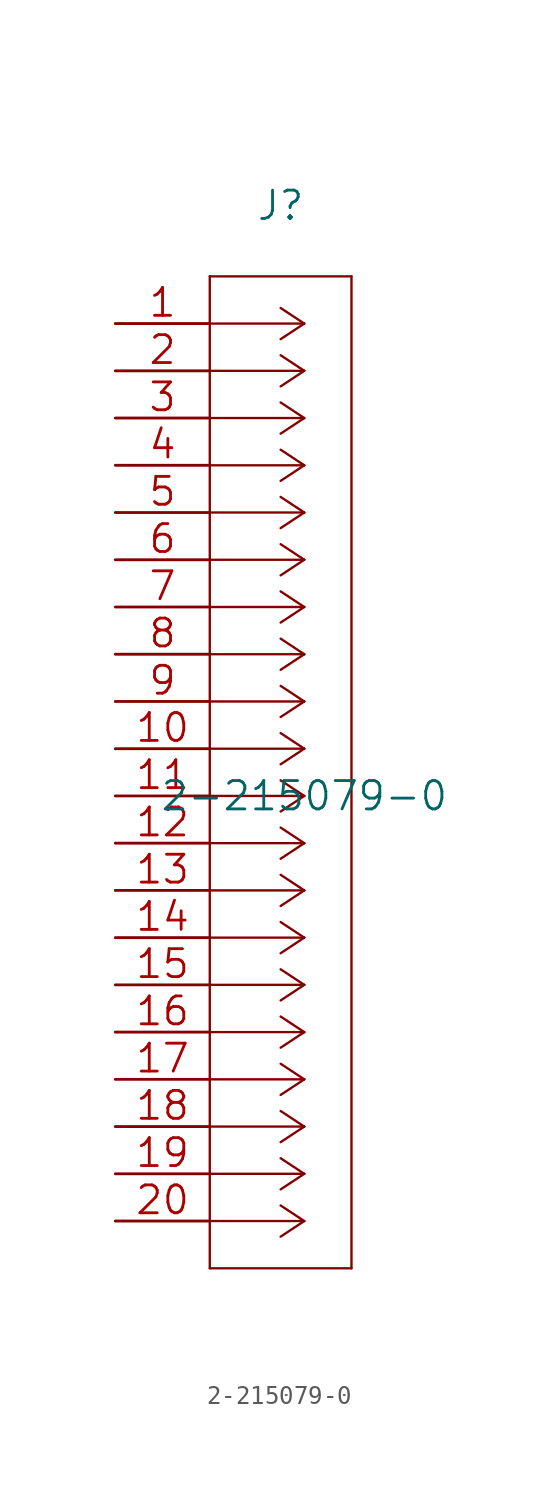
<source format=kicad_sym>
(kicad_symbol_lib
  (version 20211014)
  (generator kicad_symbol_editor)
  (symbol "2-215079-0"
    (pin_names
      (offset 0.254) hide)
    (property "Reference" "J"
      (at 8.89 6.35 0)
      (effects (font (size 1.524 1.524))))
    (property "Value" "2-215079-0"
      (at 10.16 -25.4 0)
      (effects (font (size 1.524 1.524))))
    (property "Datasheet" ""
      (at 0 0 0)
      (effects (font (size 1.524 1.524))))
    (property "ki_locked" ""
      (at 0 0 0)
      (effects (font (size 1.27 1.27))))
    (symbol "2-215079-0_1_1"
      (polyline (pts (xy 5.08 -50.8) (xy 12.7 -50.8)) (stroke (width 0.127) (type default) (color 0 0 0 0)) (fill (type none)))
      (polyline (pts (xy 5.08 2.54) (xy 5.08 -50.8)) (stroke (width 0.127) (type default) (color 0 0 0 0)) (fill (type none)))
      (polyline (pts (xy 10.16 -48.26) (xy 5.08 -48.26)) (stroke (width 0.127) (type default) (color 0 0 0 0)) (fill (type none)))
      (polyline (pts (xy 10.16 -48.26) (xy 8.89 -49.098)) (stroke (width 0.127) (type default) (color 0 0 0 0)) (fill (type none)))
      (polyline (pts (xy 10.16 -48.26) (xy 8.89 -47.422)) (stroke (width 0.127) (type default) (color 0 0 0 0)) (fill (type none)))
      (polyline (pts (xy 10.16 -45.72) (xy 5.08 -45.72)) (stroke (width 0.127) (type default) (color 0 0 0 0)) (fill (type none)))
      (polyline (pts (xy 10.16 -45.72) (xy 8.89 -46.558)) (stroke (width 0.127) (type default) (color 0 0 0 0)) (fill (type none)))
      (polyline (pts (xy 10.16 -45.72) (xy 8.89 -44.882)) (stroke (width 0.127) (type default) (color 0 0 0 0)) (fill (type none)))
      (polyline (pts (xy 10.16 -43.18) (xy 5.08 -43.18)) (stroke (width 0.127) (type default) (color 0 0 0 0)) (fill (type none)))
      (polyline (pts (xy 10.16 -43.18) (xy 8.89 -44.018)) (stroke (width 0.127) (type default) (color 0 0 0 0)) (fill (type none)))
      (polyline (pts (xy 10.16 -43.18) (xy 8.89 -42.342)) (stroke (width 0.127) (type default) (color 0 0 0 0)) (fill (type none)))
      (polyline (pts (xy 10.16 -40.64) (xy 5.08 -40.64)) (stroke (width 0.127) (type default) (color 0 0 0 0)) (fill (type none)))
      (polyline (pts (xy 10.16 -40.64) (xy 8.89 -41.478)) (stroke (width 0.127) (type default) (color 0 0 0 0)) (fill (type none)))
      (polyline (pts (xy 10.16 -40.64) (xy 8.89 -39.802)) (stroke (width 0.127) (type default) (color 0 0 0 0)) (fill (type none)))
      (polyline (pts (xy 10.16 -38.1) (xy 5.08 -38.1)) (stroke (width 0.127) (type default) (color 0 0 0 0)) (fill (type none)))
      (polyline (pts (xy 10.16 -38.1) (xy 8.89 -38.938)) (stroke (width 0.127) (type default) (color 0 0 0 0)) (fill (type none)))
      (polyline (pts (xy 10.16 -38.1) (xy 8.89 -37.262)) (stroke (width 0.127) (type default) (color 0 0 0 0)) (fill (type none)))
      (polyline (pts (xy 10.16 -35.56) (xy 5.08 -35.56)) (stroke (width 0.127) (type default) (color 0 0 0 0)) (fill (type none)))
      (polyline (pts (xy 10.16 -35.56) (xy 8.89 -36.398)) (stroke (width 0.127) (type default) (color 0 0 0 0)) (fill (type none)))
      (polyline (pts (xy 10.16 -35.56) (xy 8.89 -34.722)) (stroke (width 0.127) (type default) (color 0 0 0 0)) (fill (type none)))
      (polyline (pts (xy 10.16 -33.02) (xy 5.08 -33.02)) (stroke (width 0.127) (type default) (color 0 0 0 0)) (fill (type none)))
      (polyline (pts (xy 10.16 -33.02) (xy 8.89 -33.858)) (stroke (width 0.127) (type default) (color 0 0 0 0)) (fill (type none)))
      (polyline (pts (xy 10.16 -33.02) (xy 8.89 -32.182)) (stroke (width 0.127) (type default) (color 0 0 0 0)) (fill (type none)))
      (polyline (pts (xy 10.16 -30.48) (xy 5.08 -30.48)) (stroke (width 0.127) (type default) (color 0 0 0 0)) (fill (type none)))
      (polyline (pts (xy 10.16 -30.48) (xy 8.89 -31.318)) (stroke (width 0.127) (type default) (color 0 0 0 0)) (fill (type none)))
      (polyline (pts (xy 10.16 -30.48) (xy 8.89 -29.642)) (stroke (width 0.127) (type default) (color 0 0 0 0)) (fill (type none)))
      (polyline (pts (xy 10.16 -27.94) (xy 5.08 -27.94)) (stroke (width 0.127) (type default) (color 0 0 0 0)) (fill (type none)))
      (polyline (pts (xy 10.16 -27.94) (xy 8.89 -28.778)) (stroke (width 0.127) (type default) (color 0 0 0 0)) (fill (type none)))
      (polyline (pts (xy 10.16 -27.94) (xy 8.89 -27.102)) (stroke (width 0.127) (type default) (color 0 0 0 0)) (fill (type none)))
      (polyline (pts (xy 10.16 -25.4) (xy 5.08 -25.4)) (stroke (width 0.127) (type default) (color 0 0 0 0)) (fill (type none)))
      (polyline (pts (xy 10.16 -25.4) (xy 8.89 -26.238)) (stroke (width 0.127) (type default) (color 0 0 0 0)) (fill (type none)))
      (polyline (pts (xy 10.16 -25.4) (xy 8.89 -24.562)) (stroke (width 0.127) (type default) (color 0 0 0 0)) (fill (type none)))
      (polyline (pts (xy 10.16 -22.86) (xy 5.08 -22.86)) (stroke (width 0.127) (type default) (color 0 0 0 0)) (fill (type none)))
      (polyline (pts (xy 10.16 -22.86) (xy 8.89 -23.698)) (stroke (width 0.127) (type default) (color 0 0 0 0)) (fill (type none)))
      (polyline (pts (xy 10.16 -22.86) (xy 8.89 -22.022)) (stroke (width 0.127) (type default) (color 0 0 0 0)) (fill (type none)))
      (polyline (pts (xy 10.16 -20.32) (xy 5.08 -20.32)) (stroke (width 0.127) (type default) (color 0 0 0 0)) (fill (type none)))
      (polyline (pts (xy 10.16 -20.32) (xy 8.89 -21.158)) (stroke (width 0.127) (type default) (color 0 0 0 0)) (fill (type none)))
      (polyline (pts (xy 10.16 -20.32) (xy 8.89 -19.482)) (stroke (width 0.127) (type default) (color 0 0 0 0)) (fill (type none)))
      (polyline (pts (xy 10.16 -17.78) (xy 5.08 -17.78)) (stroke (width 0.127) (type default) (color 0 0 0 0)) (fill (type none)))
      (polyline (pts (xy 10.16 -17.78) (xy 8.89 -18.618)) (stroke (width 0.127) (type default) (color 0 0 0 0)) (fill (type none)))
      (polyline (pts (xy 10.16 -17.78) (xy 8.89 -16.942)) (stroke (width 0.127) (type default) (color 0 0 0 0)) (fill (type none)))
      (polyline (pts (xy 10.16 -15.24) (xy 5.08 -15.24)) (stroke (width 0.127) (type default) (color 0 0 0 0)) (fill (type none)))
      (polyline (pts (xy 10.16 -15.24) (xy 8.89 -16.078)) (stroke (width 0.127) (type default) (color 0 0 0 0)) (fill (type none)))
      (polyline (pts (xy 10.16 -15.24) (xy 8.89 -14.402)) (stroke (width 0.127) (type default) (color 0 0 0 0)) (fill (type none)))
      (polyline (pts (xy 10.16 -12.7) (xy 5.08 -12.7)) (stroke (width 0.127) (type default) (color 0 0 0 0)) (fill (type none)))
      (polyline (pts (xy 10.16 -12.7) (xy 8.89 -13.538)) (stroke (width 0.127) (type default) (color 0 0 0 0)) (fill (type none)))
      (polyline (pts (xy 10.16 -12.7) (xy 8.89 -11.862)) (stroke (width 0.127) (type default) (color 0 0 0 0)) (fill (type none)))
      (polyline (pts (xy 10.16 -10.16) (xy 5.08 -10.16)) (stroke (width 0.127) (type default) (color 0 0 0 0)) (fill (type none)))
      (polyline (pts (xy 10.16 -10.16) (xy 8.89 -10.998)) (stroke (width 0.127) (type default) (color 0 0 0 0)) (fill (type none)))
      (polyline (pts (xy 10.16 -10.16) (xy 8.89 -9.322)) (stroke (width 0.127) (type default) (color 0 0 0 0)) (fill (type none)))
      (polyline (pts (xy 10.16 -7.62) (xy 5.08 -7.62)) (stroke (width 0.127) (type default) (color 0 0 0 0)) (fill (type none)))
      (polyline (pts (xy 10.16 -7.62) (xy 8.89 -8.458)) (stroke (width 0.127) (type default) (color 0 0 0 0)) (fill (type none)))
      (polyline (pts (xy 10.16 -7.62) (xy 8.89 -6.782)) (stroke (width 0.127) (type default) (color 0 0 0 0)) (fill (type none)))
      (polyline (pts (xy 10.16 -5.08) (xy 5.08 -5.08)) (stroke (width 0.127) (type default) (color 0 0 0 0)) (fill (type none)))
      (polyline (pts (xy 10.16 -5.08) (xy 8.89 -5.918)) (stroke (width 0.127) (type default) (color 0 0 0 0)) (fill (type none)))
      (polyline (pts (xy 10.16 -5.08) (xy 8.89 -4.242)) (stroke (width 0.127) (type default) (color 0 0 0 0)) (fill (type none)))
      (polyline (pts (xy 10.16 -2.54) (xy 5.08 -2.54)) (stroke (width 0.127) (type default) (color 0 0 0 0)) (fill (type none)))
      (polyline (pts (xy 10.16 -2.54) (xy 8.89 -3.378)) (stroke (width 0.127) (type default) (color 0 0 0 0)) (fill (type none)))
      (polyline (pts (xy 10.16 -2.54) (xy 8.89 -1.702)) (stroke (width 0.127) (type default) (color 0 0 0 0)) (fill (type none)))
      (polyline (pts (xy 10.16 0) (xy 5.08 0)) (stroke (width 0.127) (type default) (color 0 0 0 0)) (fill (type none)))
      (polyline (pts (xy 10.16 0) (xy 8.89 -0.838)) (stroke (width 0.127) (type default) (color 0 0 0 0)) (fill (type none)))
      (polyline (pts (xy 10.16 0) (xy 8.89 0.838)) (stroke (width 0.127) (type default) (color 0 0 0 0)) (fill (type none)))
      (polyline (pts (xy 12.7 -50.8) (xy 12.7 2.54)) (stroke (width 0.127) (type default) (color 0 0 0 0)) (fill (type none)))
      (polyline (pts (xy 12.7 2.54) (xy 5.08 2.54)) (stroke (width 0.127) (type default) (color 0 0 0 0)) (fill (type none)))
      (pin unspecified line (at 0 0 0) (length 5.08) (name "1" (effects (font (size 1.499 1.499)))) (number "1" (effects (font (size 1.499 1.499)))))
      (pin unspecified line (at 0 -22.86 0) (length 5.08) (name "10" (effects (font (size 1.499 1.499)))) (number "10" (effects (font (size 1.499 1.499)))))
      (pin unspecified line (at 0 -25.4 0) (length 5.08) (name "11" (effects (font (size 1.499 1.499)))) (number "11" (effects (font (size 1.499 1.499)))))
      (pin unspecified line (at 0 -27.94 0) (length 5.08) (name "12" (effects (font (size 1.499 1.499)))) (number "12" (effects (font (size 1.499 1.499)))))
      (pin unspecified line (at 0 -30.48 0) (length 5.08) (name "13" (effects (font (size 1.499 1.499)))) (number "13" (effects (font (size 1.499 1.499)))))
      (pin unspecified line (at 0 -33.02 0) (length 5.08) (name "14" (effects (font (size 1.499 1.499)))) (number "14" (effects (font (size 1.499 1.499)))))
      (pin unspecified line (at 0 -35.56 0) (length 5.08) (name "15" (effects (font (size 1.499 1.499)))) (number "15" (effects (font (size 1.499 1.499)))))
      (pin unspecified line (at 0 -38.1 0) (length 5.08) (name "16" (effects (font (size 1.499 1.499)))) (number "16" (effects (font (size 1.499 1.499)))))
      (pin unspecified line (at 0 -40.64 0) (length 5.08) (name "17" (effects (font (size 1.499 1.499)))) (number "17" (effects (font (size 1.499 1.499)))))
      (pin unspecified line (at 0 -43.18 0) (length 5.08) (name "18" (effects (font (size 1.499 1.499)))) (number "18" (effects (font (size 1.499 1.499)))))
      (pin unspecified line (at 0 -45.72 0) (length 5.08) (name "19" (effects (font (size 1.499 1.499)))) (number "19" (effects (font (size 1.499 1.499)))))
      (pin unspecified line (at 0 -2.54 0) (length 5.08) (name "2" (effects (font (size 1.499 1.499)))) (number "2" (effects (font (size 1.499 1.499)))))
      (pin unspecified line (at 0 -48.26 0) (length 5.08) (name "20" (effects (font (size 1.499 1.499)))) (number "20" (effects (font (size 1.499 1.499)))))
      (pin unspecified line (at 0 -5.08 0) (length 5.08) (name "3" (effects (font (size 1.499 1.499)))) (number "3" (effects (font (size 1.499 1.499)))))
      (pin unspecified line (at 0 -7.62 0) (length 5.08) (name "4" (effects (font (size 1.499 1.499)))) (number "4" (effects (font (size 1.499 1.499)))))
      (pin unspecified line (at 0 -10.16 0) (length 5.08) (name "5" (effects (font (size 1.499 1.499)))) (number "5" (effects (font (size 1.499 1.499)))))
      (pin unspecified line (at 0 -12.7 0) (length 5.08) (name "6" (effects (font (size 1.499 1.499)))) (number "6" (effects (font (size 1.499 1.499)))))
      (pin unspecified line (at 0 -15.24 0) (length 5.08) (name "7" (effects (font (size 1.499 1.499)))) (number "7" (effects (font (size 1.499 1.499)))))
      (pin unspecified line (at 0 -17.78 0) (length 5.08) (name "8" (effects (font (size 1.499 1.499)))) (number "8" (effects (font (size 1.499 1.499)))))
      (pin unspecified line (at 0 -20.32 0) (length 5.08) (name "9" (effects (font (size 1.499 1.499)))) (number "9" (effects (font (size 1.499 1.499))))))))
</source>
